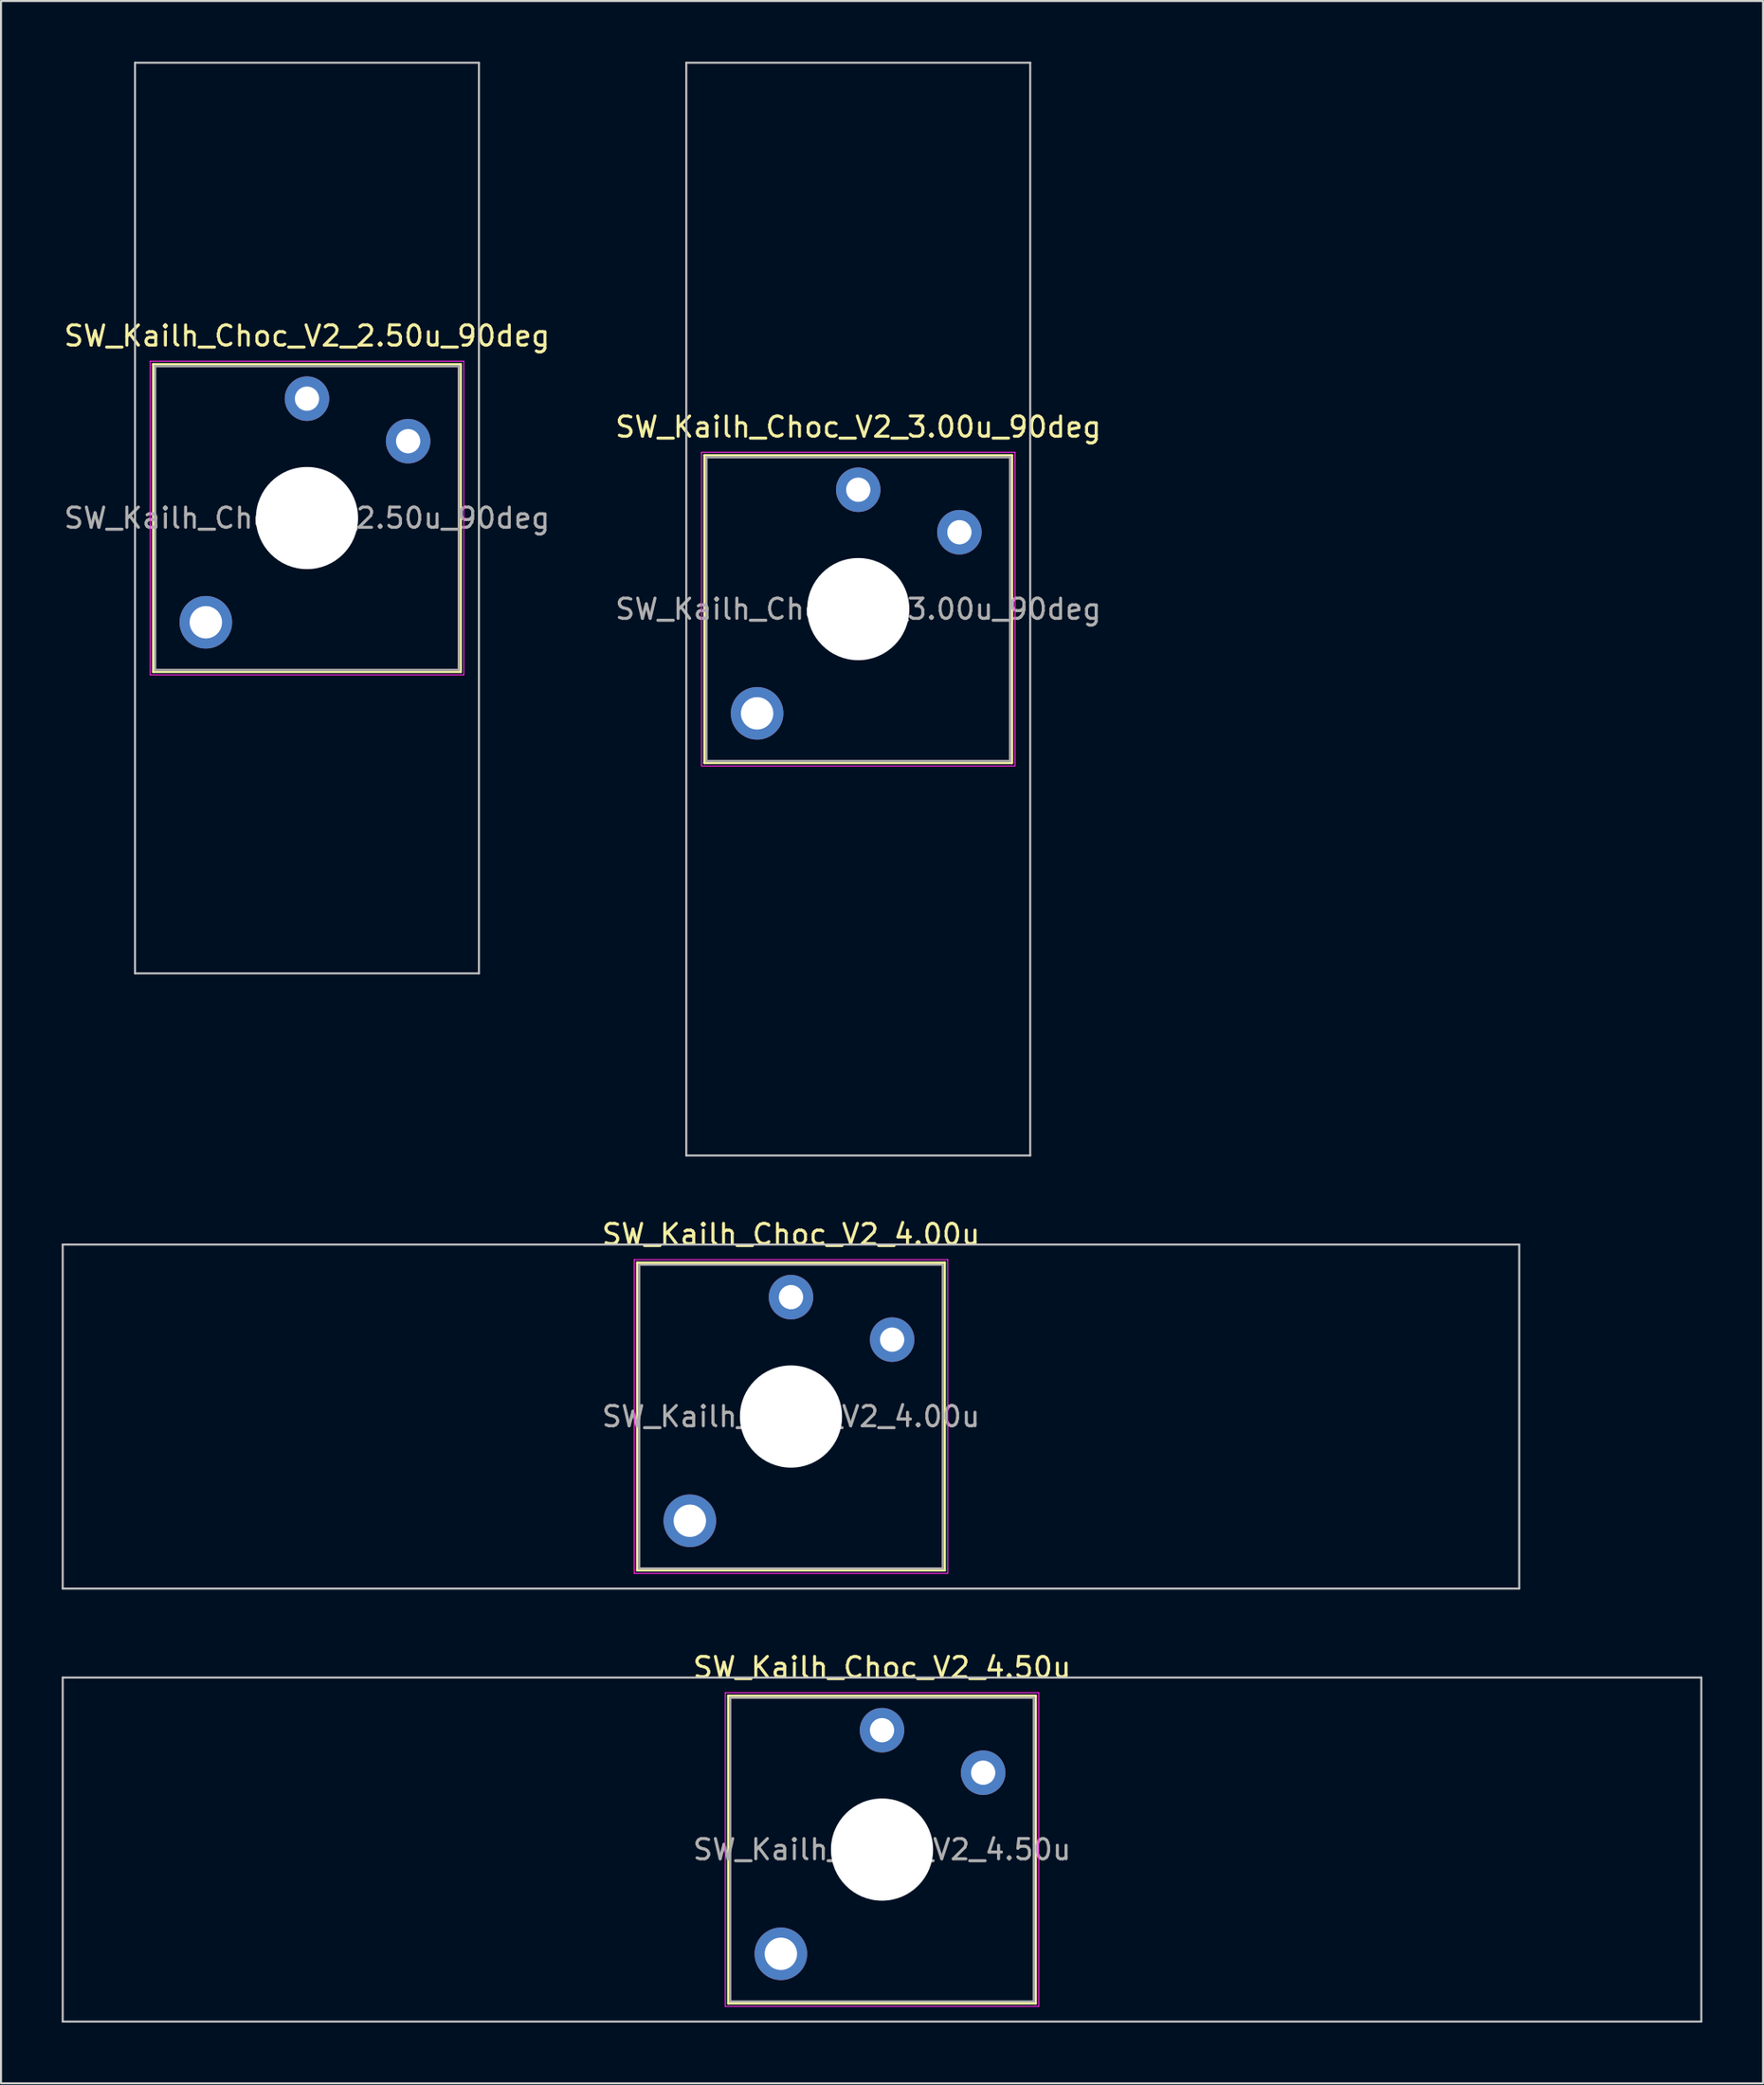
<source format=kicad_pcb>
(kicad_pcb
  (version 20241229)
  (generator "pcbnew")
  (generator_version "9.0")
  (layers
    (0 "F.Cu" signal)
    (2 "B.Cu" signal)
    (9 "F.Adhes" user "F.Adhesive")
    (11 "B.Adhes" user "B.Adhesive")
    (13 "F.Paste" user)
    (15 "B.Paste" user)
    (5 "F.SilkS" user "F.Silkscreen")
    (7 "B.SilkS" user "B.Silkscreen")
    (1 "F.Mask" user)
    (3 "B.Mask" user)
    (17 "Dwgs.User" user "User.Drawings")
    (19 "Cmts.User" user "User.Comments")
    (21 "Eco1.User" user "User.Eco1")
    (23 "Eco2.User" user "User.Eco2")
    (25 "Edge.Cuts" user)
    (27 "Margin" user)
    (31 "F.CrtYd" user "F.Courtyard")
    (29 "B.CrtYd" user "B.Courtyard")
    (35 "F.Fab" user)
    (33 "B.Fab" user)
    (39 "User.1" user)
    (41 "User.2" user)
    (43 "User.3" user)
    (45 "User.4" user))
  (footprint "SW_Kailh_Choc_V2_4.50u"
    (layer "F.Cu")
    (at 40.55 88.347)
    (property "Reference" "SW_Kailh_Choc_V2_4.50u" (at 0 -9 0) (layer "F.SilkS") (effects (font (size 1 1) (thickness 0.15))))
    (attr through_hole)
    (fp_line (start -7.6 -7.6) (end -7.6 7.6) (stroke (width 0.12) (type solid)) (layer "F.SilkS"))
    (fp_line (start -7.6 7.6) (end 7.6 7.6) (stroke (width 0.12) (type solid)) (layer "F.SilkS"))
    (fp_line (start 7.6 -7.6) (end -7.6 -7.6) (stroke (width 0.12) (type solid)) (layer "F.SilkS"))
    (fp_line (start 7.6 7.6) (end 7.6 -7.6) (stroke (width 0.12) (type solid)) (layer "F.SilkS"))
    (fp_line (start -40.5 -8.5) (end -40.5 8.5) (stroke (width 0.1) (type solid)) (layer "Dwgs.User"))
    (fp_line (start -40.5 8.5) (end 40.5 8.5) (stroke (width 0.1) (type solid)) (layer "Dwgs.User"))
    (fp_line (start 40.5 -8.5) (end -40.5 -8.5) (stroke (width 0.1) (type solid)) (layer "Dwgs.User"))
    (fp_line (start 40.5 8.5) (end 40.5 -8.5) (stroke (width 0.1) (type solid)) (layer "Dwgs.User"))
    (fp_line (start -7.25 -7.25) (end -7.25 7.25) (stroke (width 0.1) (type solid)) (layer "Eco1.User"))
    (fp_line (start -7.25 7.25) (end 7.25 7.25) (stroke (width 0.1) (type solid)) (layer "Eco1.User"))
    (fp_line (start 7.25 -7.25) (end -7.25 -7.25) (stroke (width 0.1) (type solid)) (layer "Eco1.User"))
    (fp_line (start 7.25 7.25) (end 7.25 -7.25) (stroke (width 0.1) (type solid)) (layer "Eco1.User"))
    (fp_line (start -7.75 -7.75) (end -7.75 7.75) (stroke (width 0.05) (type solid)) (layer "F.CrtYd"))
    (fp_line (start -7.75 7.75) (end 7.75 7.75) (stroke (width 0.05) (type solid)) (layer "F.CrtYd"))
    (fp_line (start 7.75 -7.75) (end -7.75 -7.75) (stroke (width 0.05) (type solid)) (layer "F.CrtYd"))
    (fp_line (start 7.75 7.75) (end 7.75 -7.75) (stroke (width 0.05) (type solid)) (layer "F.CrtYd"))
    (fp_line (start -7.5 -7.5) (end -7.5 7.5) (stroke (width 0.1) (type solid)) (layer "F.Fab"))
    (fp_line (start -7.5 7.5) (end 7.5 7.5) (stroke (width 0.1) (type solid)) (layer "F.Fab"))
    (fp_line (start 7.5 -7.5) (end -7.5 -7.5) (stroke (width 0.1) (type solid)) (layer "F.Fab"))
    (fp_line (start 7.5 7.5) (end 7.5 -7.5) (stroke (width 0.1) (type solid)) (layer "F.Fab"))
    (fp_text user "${REFERENCE}" (at 0 0 0) (layer "F.Fab") (effects (font (size 1 1) (thickness 0.15))))
    (pad "" smd circle (at -5 5.15) (size 1.65 1.65) (layers "F.Mask"))
    (pad "" thru_hole circle (at -5 5.15) (size 2.6 2.6) (drill 1.6) (layers "*.Cu" "B.Mask"))
    (pad "" smd circle (at 0 -5.9) (size 1.25 1.25) (layers "F.Mask"))
    (pad "" np_thru_hole circle (at 0 0) (size 5.05 5.05) (drill 5.05) (layers "*.Cu" "*.Mask"))
    (pad "" smd circle (at 5 -3.8) (size 1.25 1.25) (layers "F.Mask"))
    (pad "1" thru_hole circle (at 0 -5.9) (size 2.2 2.2) (drill 1.2) (layers "*.Cu" "B.Mask"))
    (pad "2" thru_hole circle (at 5 -3.8) (size 2.2 2.2) (drill 1.2) (layers "*.Cu" "B.Mask")))
  (footprint "SW_Kailh_Choc_V2_4.00u"
    (layer "F.Cu")
    (at 36.05 66.948)
    (property "Reference" "SW_Kailh_Choc_V2_4.00u" (at 0 -9 0) (layer "F.SilkS") (effects (font (size 1 1) (thickness 0.15))))
    (attr through_hole)
    (fp_line (start -7.6 -7.6) (end -7.6 7.6) (stroke (width 0.12) (type solid)) (layer "F.SilkS"))
    (fp_line (start -7.6 7.6) (end 7.6 7.6) (stroke (width 0.12) (type solid)) (layer "F.SilkS"))
    (fp_line (start 7.6 -7.6) (end -7.6 -7.6) (stroke (width 0.12) (type solid)) (layer "F.SilkS"))
    (fp_line (start 7.6 7.6) (end 7.6 -7.6) (stroke (width 0.12) (type solid)) (layer "F.SilkS"))
    (fp_line (start -36 -8.5) (end -36 8.5) (stroke (width 0.1) (type solid)) (layer "Dwgs.User"))
    (fp_line (start -36 8.5) (end 36 8.5) (stroke (width 0.1) (type solid)) (layer "Dwgs.User"))
    (fp_line (start 36 -8.5) (end -36 -8.5) (stroke (width 0.1) (type solid)) (layer "Dwgs.User"))
    (fp_line (start 36 8.5) (end 36 -8.5) (stroke (width 0.1) (type solid)) (layer "Dwgs.User"))
    (fp_line (start -7.25 -7.25) (end -7.25 7.25) (stroke (width 0.1) (type solid)) (layer "Eco1.User"))
    (fp_line (start -7.25 7.25) (end 7.25 7.25) (stroke (width 0.1) (type solid)) (layer "Eco1.User"))
    (fp_line (start 7.25 -7.25) (end -7.25 -7.25) (stroke (width 0.1) (type solid)) (layer "Eco1.User"))
    (fp_line (start 7.25 7.25) (end 7.25 -7.25) (stroke (width 0.1) (type solid)) (layer "Eco1.User"))
    (fp_line (start -7.75 -7.75) (end -7.75 7.75) (stroke (width 0.05) (type solid)) (layer "F.CrtYd"))
    (fp_line (start -7.75 7.75) (end 7.75 7.75) (stroke (width 0.05) (type solid)) (layer "F.CrtYd"))
    (fp_line (start 7.75 -7.75) (end -7.75 -7.75) (stroke (width 0.05) (type solid)) (layer "F.CrtYd"))
    (fp_line (start 7.75 7.75) (end 7.75 -7.75) (stroke (width 0.05) (type solid)) (layer "F.CrtYd"))
    (fp_line (start -7.5 -7.5) (end -7.5 7.5) (stroke (width 0.1) (type solid)) (layer "F.Fab"))
    (fp_line (start -7.5 7.5) (end 7.5 7.5) (stroke (width 0.1) (type solid)) (layer "F.Fab"))
    (fp_line (start 7.5 -7.5) (end -7.5 -7.5) (stroke (width 0.1) (type solid)) (layer "F.Fab"))
    (fp_line (start 7.5 7.5) (end 7.5 -7.5) (stroke (width 0.1) (type solid)) (layer "F.Fab"))
    (fp_text user "${REFERENCE}" (at 0 0 0) (layer "F.Fab") (effects (font (size 1 1) (thickness 0.15))))
    (pad "" smd circle (at -5 5.15) (size 1.65 1.65) (layers "F.Mask"))
    (pad "" thru_hole circle (at -5 5.15) (size 2.6 2.6) (drill 1.6) (layers "*.Cu" "B.Mask"))
    (pad "" smd circle (at 0 -5.9) (size 1.25 1.25) (layers "F.Mask"))
    (pad "" np_thru_hole circle (at 0 0) (size 5.05 5.05) (drill 5.05) (layers "*.Cu" "*.Mask"))
    (pad "" smd circle (at 5 -3.8) (size 1.25 1.25) (layers "F.Mask"))
    (pad "1" thru_hole circle (at 0 -5.9) (size 2.2 2.2) (drill 1.2) (layers "*.Cu" "B.Mask"))
    (pad "2" thru_hole circle (at 5 -3.8) (size 2.2 2.2) (drill 1.2) (layers "*.Cu" "B.Mask")))
  (footprint "SW_Kailh_Choc_V2_3.00u_90deg"
    (layer "F.Cu")
    (at 39.375 27.05)
    (property "Reference" "SW_Kailh_Choc_V2_3.00u_90deg" (at 0 -9 0) (layer "F.SilkS") (effects (font (size 1 1) (thickness 0.15))))
    (attr through_hole)
    (fp_line (start -7.6 -7.6) (end -7.6 7.6) (stroke (width 0.12) (type solid)) (layer "F.SilkS"))
    (fp_line (start -7.6 7.6) (end 7.6 7.6) (stroke (width 0.12) (type solid)) (layer "F.SilkS"))
    (fp_line (start 7.6 -7.6) (end -7.6 -7.6) (stroke (width 0.12) (type solid)) (layer "F.SilkS"))
    (fp_line (start 7.6 7.6) (end 7.6 -7.6) (stroke (width 0.12) (type solid)) (layer "F.SilkS"))
    (fp_line (start -8.5 -27) (end 8.5 -27) (stroke (width 0.1) (type solid)) (layer "Dwgs.User"))
    (fp_line (start -8.5 27) (end -8.5 -27) (stroke (width 0.1) (type solid)) (layer "Dwgs.User"))
    (fp_line (start 8.5 -27) (end 8.5 27) (stroke (width 0.1) (type solid)) (layer "Dwgs.User"))
    (fp_line (start 8.5 27) (end -8.5 27) (stroke (width 0.1) (type solid)) (layer "Dwgs.User"))
    (fp_line (start -7.25 -7.25) (end -7.25 7.25) (stroke (width 0.1) (type solid)) (layer "Eco1.User"))
    (fp_line (start -7.25 7.25) (end 7.25 7.25) (stroke (width 0.1) (type solid)) (layer "Eco1.User"))
    (fp_line (start 7.25 -7.25) (end -7.25 -7.25) (stroke (width 0.1) (type solid)) (layer "Eco1.User"))
    (fp_line (start 7.25 7.25) (end 7.25 -7.25) (stroke (width 0.1) (type solid)) (layer "Eco1.User"))
    (fp_line (start -7.75 -7.75) (end -7.75 7.75) (stroke (width 0.05) (type solid)) (layer "F.CrtYd"))
    (fp_line (start -7.75 7.75) (end 7.75 7.75) (stroke (width 0.05) (type solid)) (layer "F.CrtYd"))
    (fp_line (start 7.75 -7.75) (end -7.75 -7.75) (stroke (width 0.05) (type solid)) (layer "F.CrtYd"))
    (fp_line (start 7.75 7.75) (end 7.75 -7.75) (stroke (width 0.05) (type solid)) (layer "F.CrtYd"))
    (fp_line (start -7.5 -7.5) (end -7.5 7.5) (stroke (width 0.1) (type solid)) (layer "F.Fab"))
    (fp_line (start -7.5 7.5) (end 7.5 7.5) (stroke (width 0.1) (type solid)) (layer "F.Fab"))
    (fp_line (start 7.5 -7.5) (end -7.5 -7.5) (stroke (width 0.1) (type solid)) (layer "F.Fab"))
    (fp_line (start 7.5 7.5) (end 7.5 -7.5) (stroke (width 0.1) (type solid)) (layer "F.Fab"))
    (fp_text user "${REFERENCE}" (at 0 0 0) (layer "F.Fab") (effects (font (size 1 1) (thickness 0.15))))
    (pad "" smd circle (at -5 5.15) (size 1.65 1.65) (layers "F.Mask"))
    (pad "" thru_hole circle (at -5 5.15) (size 2.6 2.6) (drill 1.6) (layers "*.Cu" "B.Mask"))
    (pad "" smd circle (at 0 -5.9) (size 1.25 1.25) (layers "F.Mask"))
    (pad "" np_thru_hole circle (at 0 0) (size 5.05 5.05) (drill 5.05) (layers "*.Cu" "*.Mask"))
    (pad "" smd circle (at 5 -3.8) (size 1.25 1.25) (layers "F.Mask"))
    (pad "1" thru_hole circle (at 0 -5.9) (size 2.2 2.2) (drill 1.2) (layers "*.Cu" "B.Mask"))
    (pad "2" thru_hole circle (at 5 -3.8) (size 2.2 2.2) (drill 1.2) (layers "*.Cu" "B.Mask")))
  (footprint "SW_Kailh_Choc_V2_2.50u_90deg"
    (layer "F.Cu")
    (at 12.125 22.55)
    (property "Reference" "SW_Kailh_Choc_V2_2.50u_90deg" (at 0 -9 0) (layer "F.SilkS") (effects (font (size 1 1) (thickness 0.15))))
    (attr through_hole)
    (fp_line (start -7.6 -7.6) (end -7.6 7.6) (stroke (width 0.12) (type solid)) (layer "F.SilkS"))
    (fp_line (start -7.6 7.6) (end 7.6 7.6) (stroke (width 0.12) (type solid)) (layer "F.SilkS"))
    (fp_line (start 7.6 -7.6) (end -7.6 -7.6) (stroke (width 0.12) (type solid)) (layer "F.SilkS"))
    (fp_line (start 7.6 7.6) (end 7.6 -7.6) (stroke (width 0.12) (type solid)) (layer "F.SilkS"))
    (fp_line (start -8.5 -22.5) (end 8.5 -22.5) (stroke (width 0.1) (type solid)) (layer "Dwgs.User"))
    (fp_line (start -8.5 22.5) (end -8.5 -22.5) (stroke (width 0.1) (type solid)) (layer "Dwgs.User"))
    (fp_line (start 8.5 -22.5) (end 8.5 22.5) (stroke (width 0.1) (type solid)) (layer "Dwgs.User"))
    (fp_line (start 8.5 22.5) (end -8.5 22.5) (stroke (width 0.1) (type solid)) (layer "Dwgs.User"))
    (fp_line (start -7.25 -7.25) (end -7.25 7.25) (stroke (width 0.1) (type solid)) (layer "Eco1.User"))
    (fp_line (start -7.25 7.25) (end 7.25 7.25) (stroke (width 0.1) (type solid)) (layer "Eco1.User"))
    (fp_line (start 7.25 -7.25) (end -7.25 -7.25) (stroke (width 0.1) (type solid)) (layer "Eco1.User"))
    (fp_line (start 7.25 7.25) (end 7.25 -7.25) (stroke (width 0.1) (type solid)) (layer "Eco1.User"))
    (fp_line (start -7.75 -7.75) (end -7.75 7.75) (stroke (width 0.05) (type solid)) (layer "F.CrtYd"))
    (fp_line (start -7.75 7.75) (end 7.75 7.75) (stroke (width 0.05) (type solid)) (layer "F.CrtYd"))
    (fp_line (start 7.75 -7.75) (end -7.75 -7.75) (stroke (width 0.05) (type solid)) (layer "F.CrtYd"))
    (fp_line (start 7.75 7.75) (end 7.75 -7.75) (stroke (width 0.05) (type solid)) (layer "F.CrtYd"))
    (fp_line (start -7.5 -7.5) (end -7.5 7.5) (stroke (width 0.1) (type solid)) (layer "F.Fab"))
    (fp_line (start -7.5 7.5) (end 7.5 7.5) (stroke (width 0.1) (type solid)) (layer "F.Fab"))
    (fp_line (start 7.5 -7.5) (end -7.5 -7.5) (stroke (width 0.1) (type solid)) (layer "F.Fab"))
    (fp_line (start 7.5 7.5) (end 7.5 -7.5) (stroke (width 0.1) (type solid)) (layer "F.Fab"))
    (fp_text user "${REFERENCE}" (at 0 0 0) (layer "F.Fab") (effects (font (size 1 1) (thickness 0.15))))
    (pad "" smd circle (at -5 5.15) (size 1.65 1.65) (layers "F.Mask"))
    (pad "" thru_hole circle (at -5 5.15) (size 2.6 2.6) (drill 1.6) (layers "*.Cu" "B.Mask"))
    (pad "" smd circle (at 0 -5.9) (size 1.25 1.25) (layers "F.Mask"))
    (pad "" np_thru_hole circle (at 0 0) (size 5.05 5.05) (drill 5.05) (layers "*.Cu" "*.Mask"))
    (pad "" smd circle (at 5 -3.8) (size 1.25 1.25) (layers "F.Mask"))
    (pad "1" thru_hole circle (at 0 -5.9) (size 2.2 2.2) (drill 1.2) (layers "*.Cu" "B.Mask"))
    (pad "2" thru_hole circle (at 5 -3.8) (size 2.2 2.2) (drill 1.2) (layers "*.Cu" "B.Mask")))
  (gr_rect
    (start -3 -3)
    (end 84.1 99.897)
    (stroke (width 0.1) (type default))
    (fill no)
    (layer "Edge.Cuts")))
</source>
